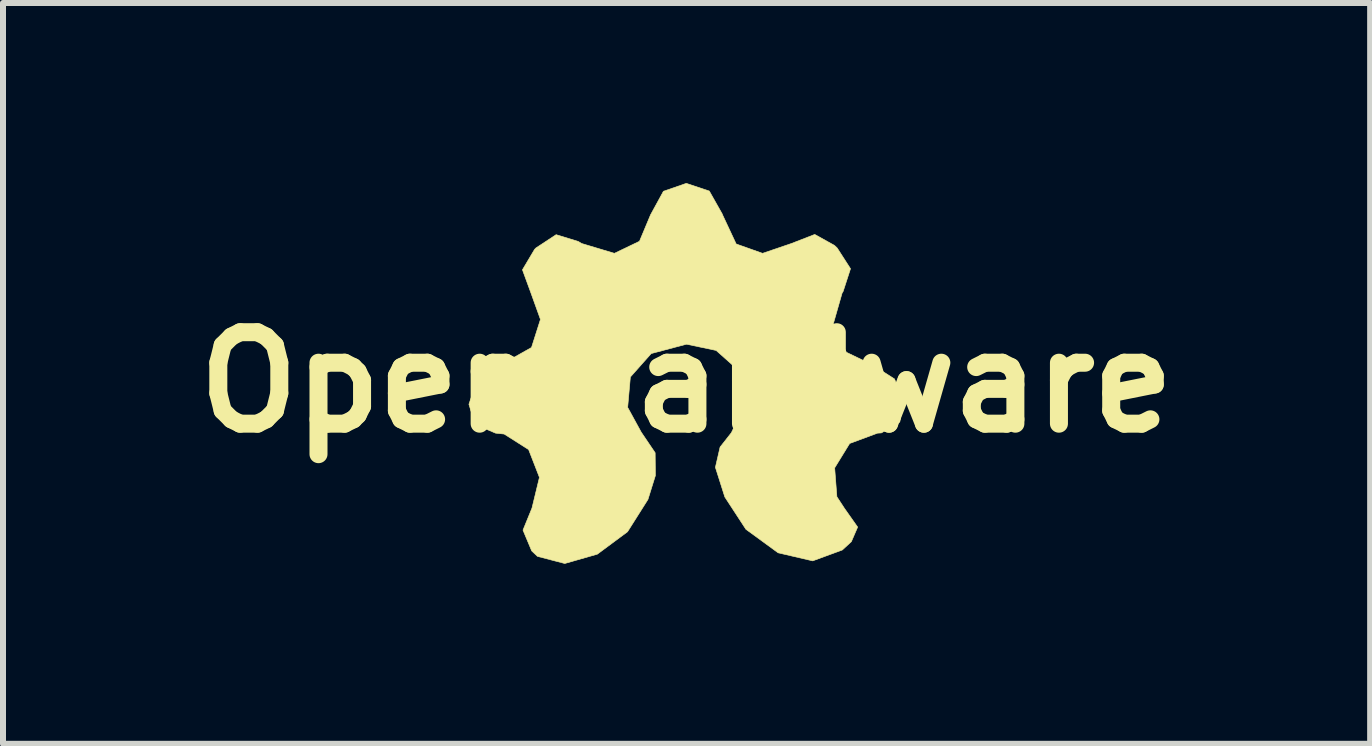
<source format=kicad_pcb>
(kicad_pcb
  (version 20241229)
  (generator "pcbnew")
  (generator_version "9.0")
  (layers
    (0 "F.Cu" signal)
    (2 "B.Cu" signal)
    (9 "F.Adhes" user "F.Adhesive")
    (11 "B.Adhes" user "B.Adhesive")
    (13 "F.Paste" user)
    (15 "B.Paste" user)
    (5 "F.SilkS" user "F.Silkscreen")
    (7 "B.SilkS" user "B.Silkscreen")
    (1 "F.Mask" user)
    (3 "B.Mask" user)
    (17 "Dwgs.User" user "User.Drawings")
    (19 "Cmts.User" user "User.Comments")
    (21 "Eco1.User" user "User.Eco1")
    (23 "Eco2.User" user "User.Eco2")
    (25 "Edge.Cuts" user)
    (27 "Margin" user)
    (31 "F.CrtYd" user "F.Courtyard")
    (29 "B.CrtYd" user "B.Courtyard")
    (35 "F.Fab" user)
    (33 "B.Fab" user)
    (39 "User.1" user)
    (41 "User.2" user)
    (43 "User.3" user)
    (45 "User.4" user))
  (footprint "OpenHardware"
    (layer "F.Cu")
    (at 8.389 3.32)
    (property "Reference" "OpenHardware" (at 0 0 0) (layer "F.SilkS") (effects (font (size 1.524 1.524) (thickness 0.3))))
    (attr through_hole)
    (fp_poly (pts (xy 0.379 -3.187) (xy 0.597 -2.801) (xy 0.599 -2.792) (xy 0.827 -2.305) (xy 1.267 -2.149) (xy 1.748 -2.313) (xy 2.136 -2.464) (xy 2.465 -2.281) (xy 2.51 -2.238) (xy 2.732 -1.893) (xy 2.609 -1.514) (xy 2.592 -1.487) (xy 2.434 -0.935) (xy 2.664 -0.5) (xy 3.093 -0.293) (xy 3.464 -0.057) (xy 3.621 0.311) (xy 3.553 0.661) (xy 3.247 0.843) (xy 3.182 0.847) (xy 2.718 1.019) (xy 2.468 1.426) (xy 2.505 1.907) (xy 2.631 2.1) (xy 2.851 2.412) (xy 2.746 2.655) (xy 2.595 2.794) (xy 2.102 2.975) (xy 1.526 2.841) (xy 0.989 2.449) (xy 0.638 1.911) (xy 0.481 1.417) (xy 0.559 1.079) (xy 0.747 0.84) (xy 0.996 0.32) (xy 0.892 -0.176) (xy 0.493 -0.531) (xy 0 -0.635) (xy -0.589 -0.479) (xy -0.936 -0.088) (xy -0.981 0.418) (xy -0.755 0.831) (xy -0.523 1.174) (xy -0.519 1.554) (xy -0.643 1.952) (xy -0.983 2.49) (xy -1.487 2.864) (xy -2.029 3.019) (xy -2.484 2.9) (xy -2.58 2.809) (xy -2.725 2.463) (xy -2.575 2.095) (xy -2.451 1.584) (xy -2.631 1.121) (xy -3.039 0.862) (xy -3.182 0.847) (xy -3.524 0.701) (xy -3.626 0.366) (xy -3.5 -0.009) (xy -3.159 -0.273) (xy -3.093 -0.293) (xy -2.583 -0.58) (xy -2.434 -1.048) (xy -2.592 -1.487) (xy -2.734 -1.875) (xy -2.532 -2.215) (xy -2.51 -2.238) (xy -2.173 -2.46) (xy -1.804 -2.347) (xy -1.748 -2.313) (xy -1.202 -2.149) (xy -0.784 -2.35) (xy -0.599 -2.792) (xy -0.385 -3.183) (xy -0.004 -3.315) (xy 0.379 -3.187)) (stroke (width 0.01) (type solid)) (fill yes) (layer "F.SilkS")))
  (gr_rect
    (start -3 -3)
    (end 19.779 9.343)
    (stroke (width 0.1) (type default))
    (fill no)
    (layer "Edge.Cuts")))
</source>
